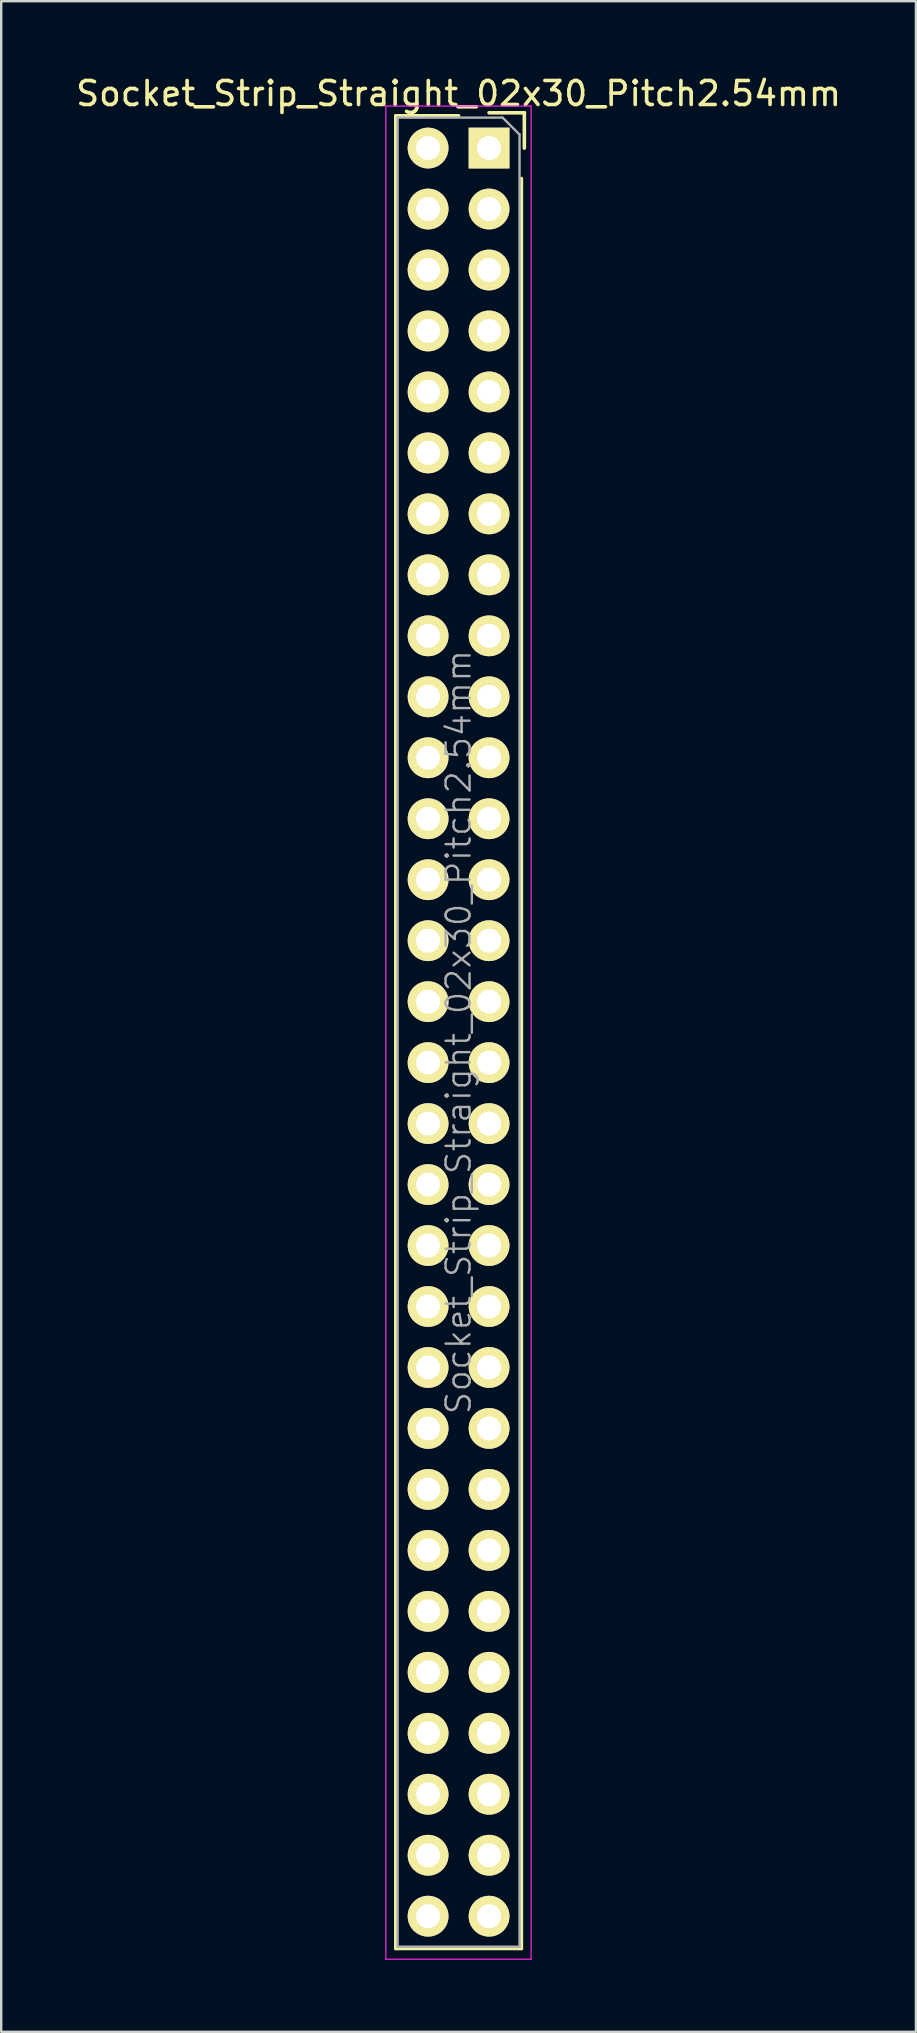
<source format=kicad_pcb>
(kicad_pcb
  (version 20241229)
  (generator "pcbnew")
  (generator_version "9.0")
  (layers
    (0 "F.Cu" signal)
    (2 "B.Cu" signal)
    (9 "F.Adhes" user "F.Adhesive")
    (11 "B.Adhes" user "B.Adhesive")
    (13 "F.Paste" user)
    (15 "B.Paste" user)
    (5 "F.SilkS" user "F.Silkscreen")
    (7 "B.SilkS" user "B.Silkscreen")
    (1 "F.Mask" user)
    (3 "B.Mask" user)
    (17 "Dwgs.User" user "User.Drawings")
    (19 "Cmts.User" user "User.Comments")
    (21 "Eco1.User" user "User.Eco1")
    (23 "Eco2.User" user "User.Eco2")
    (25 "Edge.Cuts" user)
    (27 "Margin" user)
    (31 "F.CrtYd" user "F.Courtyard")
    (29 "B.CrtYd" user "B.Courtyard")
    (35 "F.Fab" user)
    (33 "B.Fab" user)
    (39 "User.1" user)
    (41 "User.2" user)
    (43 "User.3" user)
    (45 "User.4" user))
  (footprint "Socket_Strip_Straight_02x30_Pitch2.54mm"
    (layer "F.Cu")
    (at 17.324 3.118)
    (property "Reference" "Socket_Strip_Straight_02x30_Pitch2.54mm" (at -1.27 -2.27 0) (layer "F.SilkS") (effects (font (size 1 1) (thickness 0.15))))
    (attr smd)
    (fp_line (start -3.885 -1.345) (end -3.885 75.005) (stroke (width 0.15) (type solid)) (layer "F.SilkS"))
    (fp_line (start -1.27 -1.345) (end -3.885 -1.345) (stroke (width 0.15) (type solid)) (layer "F.SilkS"))
    (fp_line (start 1.345 1.27) (end 1.345 75.005) (stroke (width 0.15) (type solid)) (layer "F.SilkS"))
    (fp_line (start 1.345 75.005) (end -3.885 75.005) (stroke (width 0.15) (type solid)) (layer "F.SilkS"))
    (fp_line (start 1.47 -1.47) (end 0 -1.47) (stroke (width 0.15) (type solid)) (layer "F.SilkS"))
    (fp_line (start 1.47 -1.47) (end 1.47 0) (stroke (width 0.15) (type solid)) (layer "F.SilkS"))
    (fp_line (start -4.3 -1.75) (end -4.3 75.45) (stroke (width 0.05) (type solid)) (layer "F.CrtYd"))
    (fp_line (start 1.75 -1.75) (end -4.3 -1.75) (stroke (width 0.05) (type solid)) (layer "F.CrtYd"))
    (fp_line (start 1.75 -1.75) (end 1.75 75.45) (stroke (width 0.05) (type solid)) (layer "F.CrtYd"))
    (fp_line (start 1.75 75.45) (end -4.3 75.45) (stroke (width 0.05) (type solid)) (layer "F.CrtYd"))
    (fp_line (start -3.81 -1.27) (end 0.563 -1.27) (stroke (width 0.1) (type solid)) (layer "F.Fab"))
    (fp_line (start -3.81 74.93) (end -3.81 -1.27) (stroke (width 0.1) (type solid)) (layer "F.Fab"))
    (fp_line (start -3.81 74.93) (end 1.27 74.93) (stroke (width 0.1) (type solid)) (layer "F.Fab"))
    (fp_line (start 1.27 -0.563) (end 0.563 -1.27) (stroke (width 0.1) (type solid)) (layer "F.Fab"))
    (fp_line (start 1.27 74.93) (end 1.27 -0.563) (stroke (width 0.1) (type solid)) (layer "F.Fab"))
    (fp_text user "${REFERENCE}" (at -1.27 36.83 90) (layer "F.Fab") (effects (font (size 1 1) (thickness 0.1))))
    (pad "1" thru_hole rect (at 0 0) (size 1.7 1.7) (drill 1) (layers "*.Cu" "*.Mask" "F.SilkS"))
    (pad "2" thru_hole oval (at -2.54 0) (size 1.7 1.7) (drill 1) (layers "*.Cu" "*.Mask" "F.SilkS"))
    (pad "3" thru_hole oval (at 0 2.54) (size 1.7 1.7) (drill 1) (layers "*.Cu" "*.Mask" "F.SilkS"))
    (pad "4" thru_hole oval (at -2.54 2.54) (size 1.7 1.7) (drill 1) (layers "*.Cu" "*.Mask" "F.SilkS"))
    (pad "5" thru_hole oval (at 0 5.08) (size 1.7 1.7) (drill 1) (layers "*.Cu" "*.Mask" "F.SilkS"))
    (pad "6" thru_hole oval (at -2.54 5.08) (size 1.7 1.7) (drill 1) (layers "*.Cu" "*.Mask" "F.SilkS"))
    (pad "7" thru_hole oval (at 0 7.62) (size 1.7 1.7) (drill 1) (layers "*.Cu" "*.Mask" "F.SilkS"))
    (pad "8" thru_hole oval (at -2.54 7.62) (size 1.7 1.7) (drill 1) (layers "*.Cu" "*.Mask" "F.SilkS"))
    (pad "9" thru_hole oval (at 0 10.16) (size 1.7 1.7) (drill 1) (layers "*.Cu" "*.Mask" "F.SilkS"))
    (pad "10" thru_hole oval (at -2.54 10.16) (size 1.7 1.7) (drill 1) (layers "*.Cu" "*.Mask" "F.SilkS"))
    (pad "11" thru_hole oval (at 0 12.7) (size 1.7 1.7) (drill 1) (layers "*.Cu" "*.Mask" "F.SilkS"))
    (pad "12" thru_hole oval (at -2.54 12.7) (size 1.7 1.7) (drill 1) (layers "*.Cu" "*.Mask" "F.SilkS"))
    (pad "13" thru_hole oval (at 0 15.24) (size 1.7 1.7) (drill 1) (layers "*.Cu" "*.Mask" "F.SilkS"))
    (pad "14" thru_hole oval (at -2.54 15.24) (size 1.7 1.7) (drill 1) (layers "*.Cu" "*.Mask" "F.SilkS"))
    (pad "15" thru_hole oval (at 0 17.78) (size 1.7 1.7) (drill 1) (layers "*.Cu" "*.Mask" "F.SilkS"))
    (pad "16" thru_hole oval (at -2.54 17.78) (size 1.7 1.7) (drill 1) (layers "*.Cu" "*.Mask" "F.SilkS"))
    (pad "17" thru_hole oval (at 0 20.32) (size 1.7 1.7) (drill 1) (layers "*.Cu" "*.Mask" "F.SilkS"))
    (pad "18" thru_hole oval (at -2.54 20.32) (size 1.7 1.7) (drill 1) (layers "*.Cu" "*.Mask" "F.SilkS"))
    (pad "19" thru_hole oval (at 0 22.86) (size 1.7 1.7) (drill 1) (layers "*.Cu" "*.Mask" "F.SilkS"))
    (pad "20" thru_hole oval (at -2.54 22.86) (size 1.7 1.7) (drill 1) (layers "*.Cu" "*.Mask" "F.SilkS"))
    (pad "21" thru_hole oval (at 0 25.4) (size 1.7 1.7) (drill 1) (layers "*.Cu" "*.Mask" "F.SilkS"))
    (pad "22" thru_hole oval (at -2.54 25.4) (size 1.7 1.7) (drill 1) (layers "*.Cu" "*.Mask" "F.SilkS"))
    (pad "23" thru_hole oval (at 0 27.94) (size 1.7 1.7) (drill 1) (layers "*.Cu" "*.Mask" "F.SilkS"))
    (pad "24" thru_hole oval (at -2.54 27.94) (size 1.7 1.7) (drill 1) (layers "*.Cu" "*.Mask" "F.SilkS"))
    (pad "25" thru_hole oval (at 0 30.48) (size 1.7 1.7) (drill 1) (layers "*.Cu" "*.Mask" "F.SilkS"))
    (pad "26" thru_hole oval (at -2.54 30.48) (size 1.7 1.7) (drill 1) (layers "*.Cu" "*.Mask" "F.SilkS"))
    (pad "27" thru_hole oval (at 0 33.02) (size 1.7 1.7) (drill 1) (layers "*.Cu" "*.Mask" "F.SilkS"))
    (pad "28" thru_hole oval (at -2.54 33.02) (size 1.7 1.7) (drill 1) (layers "*.Cu" "*.Mask" "F.SilkS"))
    (pad "29" thru_hole oval (at 0 35.56) (size 1.7 1.7) (drill 1) (layers "*.Cu" "*.Mask" "F.SilkS"))
    (pad "30" thru_hole oval (at -2.54 35.56) (size 1.7 1.7) (drill 1) (layers "*.Cu" "*.Mask" "F.SilkS"))
    (pad "31" thru_hole oval (at 0 38.1) (size 1.7 1.7) (drill 1) (layers "*.Cu" "*.Mask" "F.SilkS"))
    (pad "32" thru_hole oval (at -2.54 38.1) (size 1.7 1.7) (drill 1) (layers "*.Cu" "*.Mask" "F.SilkS"))
    (pad "33" thru_hole oval (at 0 40.64) (size 1.7 1.7) (drill 1) (layers "*.Cu" "*.Mask" "F.SilkS"))
    (pad "34" thru_hole oval (at -2.54 40.64) (size 1.7 1.7) (drill 1) (layers "*.Cu" "*.Mask" "F.SilkS"))
    (pad "35" thru_hole oval (at 0 43.18) (size 1.7 1.7) (drill 1) (layers "*.Cu" "*.Mask" "F.SilkS"))
    (pad "36" thru_hole oval (at -2.54 43.18) (size 1.7 1.7) (drill 1) (layers "*.Cu" "*.Mask" "F.SilkS"))
    (pad "37" thru_hole oval (at 0 45.72) (size 1.7 1.7) (drill 1) (layers "*.Cu" "*.Mask" "F.SilkS"))
    (pad "38" thru_hole oval (at -2.54 45.72) (size 1.7 1.7) (drill 1) (layers "*.Cu" "*.Mask" "F.SilkS"))
    (pad "39" thru_hole oval (at 0 48.26) (size 1.7 1.7) (drill 1) (layers "*.Cu" "*.Mask" "F.SilkS"))
    (pad "40" thru_hole oval (at -2.54 48.26) (size 1.7 1.7) (drill 1) (layers "*.Cu" "*.Mask" "F.SilkS"))
    (pad "41" thru_hole oval (at 0 50.8) (size 1.7 1.7) (drill 1) (layers "*.Cu" "*.Mask" "F.SilkS"))
    (pad "42" thru_hole oval (at -2.54 50.8) (size 1.7 1.7) (drill 1) (layers "*.Cu" "*.Mask" "F.SilkS"))
    (pad "43" thru_hole oval (at 0 53.34) (size 1.7 1.7) (drill 1) (layers "*.Cu" "*.Mask" "F.SilkS"))
    (pad "44" thru_hole oval (at -2.54 53.34) (size 1.7 1.7) (drill 1) (layers "*.Cu" "*.Mask" "F.SilkS"))
    (pad "45" thru_hole oval (at 0 55.88) (size 1.7 1.7) (drill 1) (layers "*.Cu" "*.Mask" "F.SilkS"))
    (pad "46" thru_hole oval (at -2.54 55.88) (size 1.7 1.7) (drill 1) (layers "*.Cu" "*.Mask" "F.SilkS"))
    (pad "47" thru_hole oval (at 0 58.42) (size 1.7 1.7) (drill 1) (layers "*.Cu" "*.Mask" "F.SilkS"))
    (pad "48" thru_hole oval (at -2.54 58.42) (size 1.7 1.7) (drill 1) (layers "*.Cu" "*.Mask" "F.SilkS"))
    (pad "49" thru_hole oval (at 0 60.96) (size 1.7 1.7) (drill 1) (layers "*.Cu" "*.Mask" "F.SilkS"))
    (pad "50" thru_hole oval (at -2.54 60.96) (size 1.7 1.7) (drill 1) (layers "*.Cu" "*.Mask" "F.SilkS"))
    (pad "51" thru_hole oval (at 0 63.5) (size 1.7 1.7) (drill 1) (layers "*.Cu" "*.Mask" "F.SilkS"))
    (pad "52" thru_hole oval (at -2.54 63.5) (size 1.7 1.7) (drill 1) (layers "*.Cu" "*.Mask" "F.SilkS"))
    (pad "53" thru_hole oval (at 0 66.04) (size 1.7 1.7) (drill 1) (layers "*.Cu" "*.Mask" "F.SilkS"))
    (pad "54" thru_hole oval (at -2.54 66.04) (size 1.7 1.7) (drill 1) (layers "*.Cu" "*.Mask" "F.SilkS"))
    (pad "55" thru_hole oval (at 0 68.58) (size 1.7 1.7) (drill 1) (layers "*.Cu" "*.Mask" "F.SilkS"))
    (pad "56" thru_hole oval (at -2.54 68.58) (size 1.7 1.7) (drill 1) (layers "*.Cu" "*.Mask" "F.SilkS"))
    (pad "57" thru_hole oval (at 0 71.12) (size 1.7 1.7) (drill 1) (layers "*.Cu" "*.Mask" "F.SilkS"))
    (pad "58" thru_hole oval (at -2.54 71.12) (size 1.7 1.7) (drill 1) (layers "*.Cu" "*.Mask" "F.SilkS"))
    (pad "59" thru_hole oval (at 0 73.66) (size 1.7 1.7) (drill 1) (layers "*.Cu" "*.Mask" "F.SilkS"))
    (pad "60" thru_hole oval (at -2.54 73.66) (size 1.7 1.7) (drill 1) (layers "*.Cu" "*.Mask" "F.SilkS")))
  (gr_rect
    (start -3 -3)
    (end 35.107 81.593)
    (stroke (width 0.1) (type default))
    (fill no)
    (layer "Edge.Cuts")))
</source>
